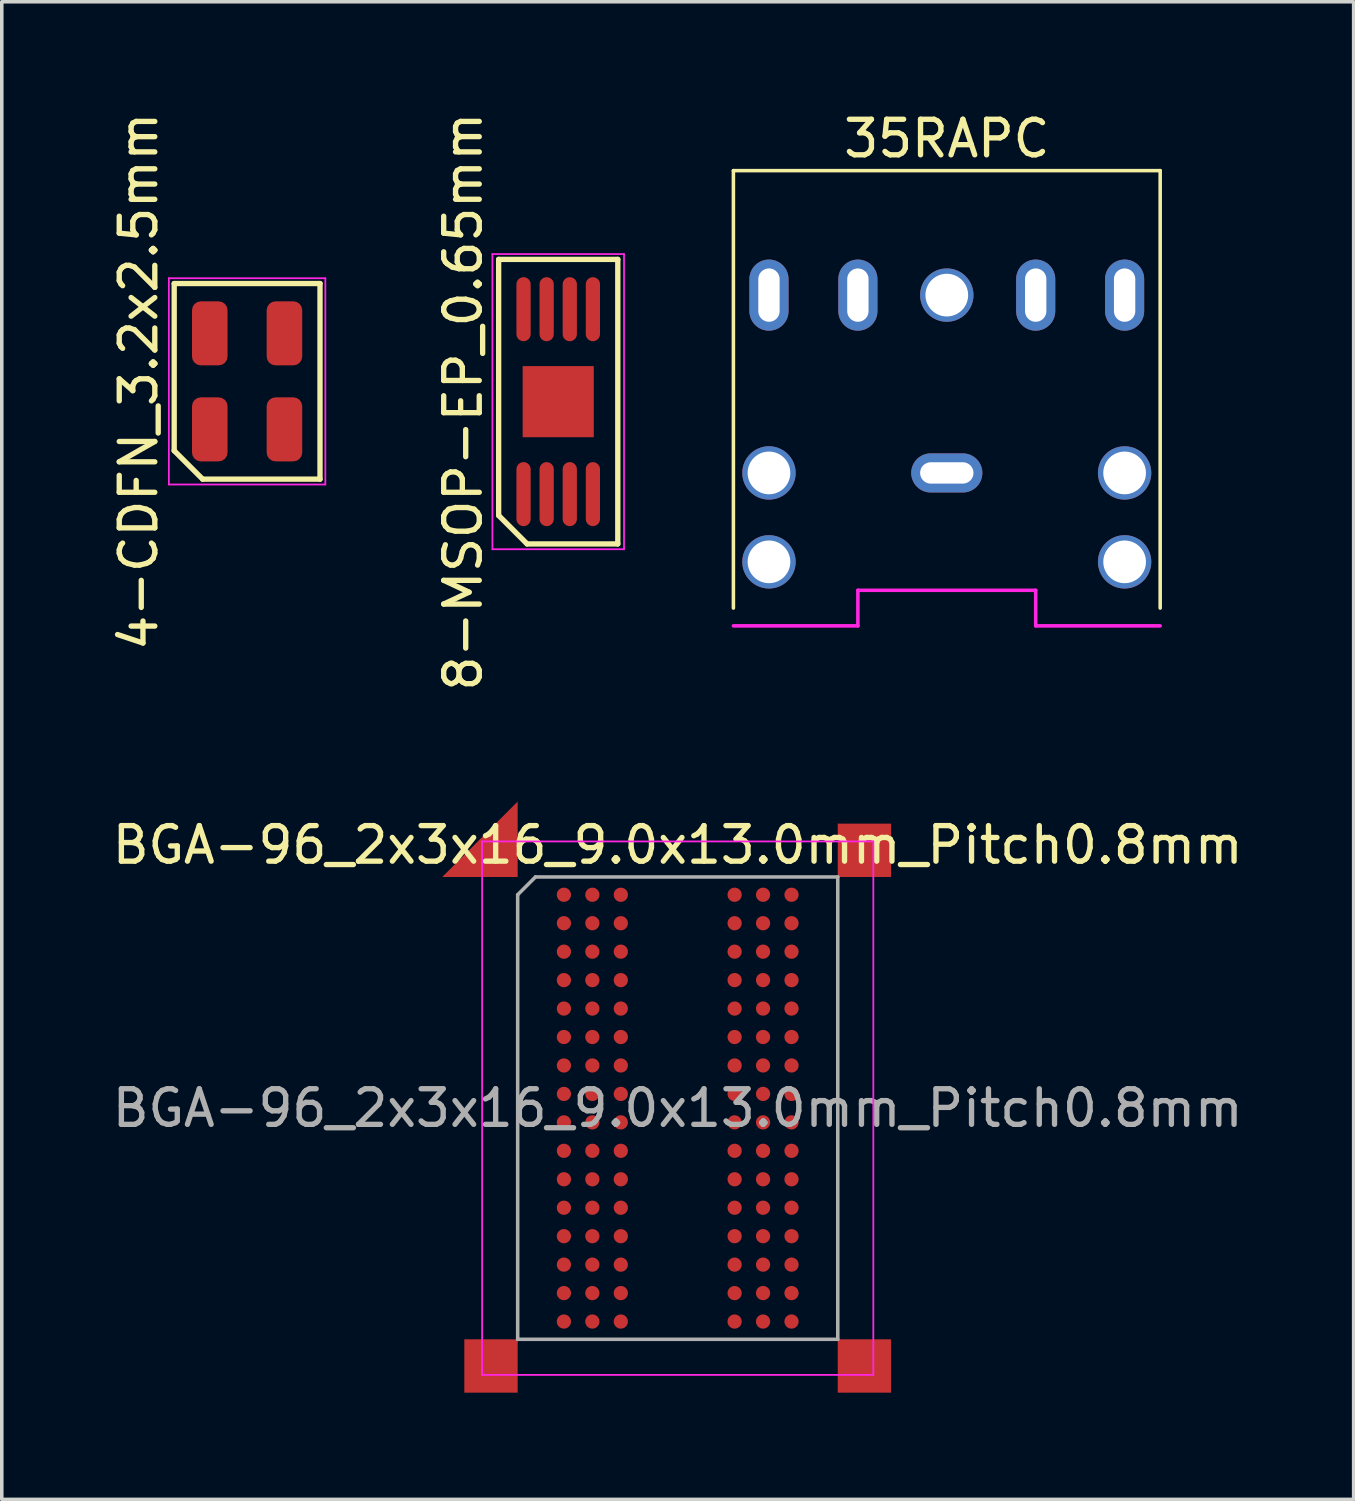
<source format=kicad_pcb>
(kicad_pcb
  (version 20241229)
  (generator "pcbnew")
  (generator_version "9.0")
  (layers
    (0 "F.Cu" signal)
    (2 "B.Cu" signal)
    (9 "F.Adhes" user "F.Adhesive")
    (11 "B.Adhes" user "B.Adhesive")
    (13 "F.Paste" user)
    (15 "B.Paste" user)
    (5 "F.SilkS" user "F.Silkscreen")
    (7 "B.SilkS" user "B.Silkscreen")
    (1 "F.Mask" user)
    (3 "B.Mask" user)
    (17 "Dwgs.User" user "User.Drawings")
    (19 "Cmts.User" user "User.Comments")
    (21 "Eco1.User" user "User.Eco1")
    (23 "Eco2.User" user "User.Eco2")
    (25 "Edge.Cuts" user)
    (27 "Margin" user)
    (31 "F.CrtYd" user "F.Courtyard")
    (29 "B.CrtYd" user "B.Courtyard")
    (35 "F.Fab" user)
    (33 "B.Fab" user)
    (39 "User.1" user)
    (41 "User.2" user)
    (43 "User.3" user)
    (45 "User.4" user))
  (footprint "BGA-96_2x3x16_9.0x13.0mm_Pitch0.8mm"
    (layer "F.Cu")
    (at 16.006 28.109)
    (property "Reference" "BGA-96_2x3x16_9.0x13.0mm_Pitch0.8mm" (at 0 -7.4 0) (layer "F.SilkS") (effects (font (size 1 1) (thickness 0.15))))
    (attr smd)
    (fp_line (start -5.5 -7.5) (end -5.5 7.5) (stroke (width 0.05) (type solid)) (layer "F.CrtYd"))
    (fp_line (start -5.5 -7.5) (end 5.5 -7.5) (stroke (width 0.05) (type solid)) (layer "F.CrtYd"))
    (fp_line (start 5.5 7.5) (end -5.5 7.5) (stroke (width 0.05) (type solid)) (layer "F.CrtYd"))
    (fp_line (start 5.5 7.5) (end 5.5 -7.5) (stroke (width 0.05) (type solid)) (layer "F.CrtYd"))
    (fp_line (start -4.5 -6) (end -4.5 6.5) (stroke (width 0.1) (type solid)) (layer "F.Fab"))
    (fp_line (start -4.5 6.5) (end 4.5 6.5) (stroke (width 0.1) (type solid)) (layer "F.Fab"))
    (fp_line (start -4 -6.5) (end -4.5 -6) (stroke (width 0.1) (type solid)) (layer "F.Fab"))
    (fp_line (start 4.5 -6.5) (end -4 -6.5) (stroke (width 0.1) (type solid)) (layer "F.Fab"))
    (fp_line (start 4.5 6.5) (end 4.5 -6.5) (stroke (width 0.1) (type solid)) (layer "F.Fab"))
    (fp_text user "${REFERENCE}" (at 0 0 0) (layer "F.Fab") (effects (font (size 1 1) (thickness 0.15))))
    (pad "" smd trapezoid (at -4.5 -6.5 225) (size 1.5 1.5) (rect_delta 0 1.5) (drill (offset 0 0.75)) (layers "F.Cu"))
    (pad "" smd rect (at -4.5 6.5 90) (size 1.5 1.5) (drill (offset -0.75 -0.75)) (layers "F.Cu"))
    (pad "" smd rect (at 4.5 -6.5 270) (size 1.5 1.5) (drill (offset -0.75 -0.75)) (layers "F.Cu"))
    (pad "" smd rect (at 4.5 6.5 180) (size 1.5 1.5) (drill (offset -0.75 -0.75)) (layers "F.Cu"))
    (pad "A1" smd circle (at -3.2 -6) (size 0.4 0.4) (layers "F.Cu" "F.Mask" "F.Paste"))
    (pad "A2" smd circle (at -2.4 -6) (size 0.4 0.4) (layers "F.Cu" "F.Mask" "F.Paste"))
    (pad "A3" smd circle (at -1.6 -6) (size 0.4 0.4) (layers "F.Cu" "F.Mask" "F.Paste"))
    (pad "A7" smd circle (at 1.6 -6) (size 0.4 0.4) (layers "F.Cu" "F.Mask" "F.Paste"))
    (pad "A8" smd circle (at 2.4 -6) (size 0.4 0.4) (layers "F.Cu" "F.Mask" "F.Paste"))
    (pad "A9" smd circle (at 3.2 -6) (size 0.4 0.4) (layers "F.Cu" "F.Mask" "F.Paste"))
    (pad "B1" smd circle (at -3.2 -5.2) (size 0.4 0.4) (layers "F.Cu" "F.Mask" "F.Paste"))
    (pad "B2" smd circle (at -2.4 -5.2) (size 0.4 0.4) (layers "F.Cu" "F.Mask" "F.Paste"))
    (pad "B3" smd circle (at -1.6 -5.2) (size 0.4 0.4) (layers "F.Cu" "F.Mask" "F.Paste"))
    (pad "B7" smd circle (at 1.6 -5.2) (size 0.4 0.4) (layers "F.Cu" "F.Mask" "F.Paste"))
    (pad "B8" smd circle (at 2.4 -5.2) (size 0.4 0.4) (layers "F.Cu" "F.Mask" "F.Paste"))
    (pad "B9" smd circle (at 3.2 -5.2) (size 0.4 0.4) (layers "F.Cu" "F.Mask" "F.Paste"))
    (pad "C1" smd circle (at -3.2 -4.4) (size 0.4 0.4) (layers "F.Cu" "F.Mask" "F.Paste"))
    (pad "C2" smd circle (at -2.4 -4.4) (size 0.4 0.4) (layers "F.Cu" "F.Mask" "F.Paste"))
    (pad "C3" smd circle (at -1.6 -4.4) (size 0.4 0.4) (layers "F.Cu" "F.Mask" "F.Paste"))
    (pad "C7" smd circle (at 1.6 -4.4) (size 0.4 0.4) (layers "F.Cu" "F.Mask" "F.Paste"))
    (pad "C8" smd circle (at 2.4 -4.4) (size 0.4 0.4) (layers "F.Cu" "F.Mask" "F.Paste"))
    (pad "C9" smd circle (at 3.2 -4.4) (size 0.4 0.4) (layers "F.Cu" "F.Mask" "F.Paste"))
    (pad "D1" smd circle (at -3.2 -3.6) (size 0.4 0.4) (layers "F.Cu" "F.Mask" "F.Paste"))
    (pad "D2" smd circle (at -2.4 -3.6) (size 0.4 0.4) (layers "F.Cu" "F.Mask" "F.Paste"))
    (pad "D3" smd circle (at -1.6 -3.6) (size 0.4 0.4) (layers "F.Cu" "F.Mask" "F.Paste"))
    (pad "D7" smd circle (at 1.6 -3.6) (size 0.4 0.4) (layers "F.Cu" "F.Mask" "F.Paste"))
    (pad "D8" smd circle (at 2.4 -3.6) (size 0.4 0.4) (layers "F.Cu" "F.Mask" "F.Paste"))
    (pad "D9" smd circle (at 3.2 -3.6) (size 0.4 0.4) (layers "F.Cu" "F.Mask" "F.Paste"))
    (pad "E1" smd circle (at -3.2 -2.8) (size 0.4 0.4) (layers "F.Cu" "F.Mask" "F.Paste"))
    (pad "E2" smd circle (at -2.4 -2.8) (size 0.4 0.4) (layers "F.Cu" "F.Mask" "F.Paste"))
    (pad "E3" smd circle (at -1.6 -2.8) (size 0.4 0.4) (layers "F.Cu" "F.Mask" "F.Paste"))
    (pad "E7" smd circle (at 1.6 -2.8) (size 0.4 0.4) (layers "F.Cu" "F.Mask" "F.Paste"))
    (pad "E8" smd circle (at 2.4 -2.8) (size 0.4 0.4) (layers "F.Cu" "F.Mask" "F.Paste"))
    (pad "E9" smd circle (at 3.2 -2.8) (size 0.4 0.4) (layers "F.Cu" "F.Mask" "F.Paste"))
    (pad "F1" smd circle (at -3.2 -2) (size 0.4 0.4) (layers "F.Cu" "F.Mask" "F.Paste"))
    (pad "F2" smd circle (at -2.4 -2) (size 0.4 0.4) (layers "F.Cu" "F.Mask" "F.Paste"))
    (pad "F3" smd circle (at -1.6 -2) (size 0.4 0.4) (layers "F.Cu" "F.Mask" "F.Paste"))
    (pad "F7" smd circle (at 1.6 -2) (size 0.4 0.4) (layers "F.Cu" "F.Mask" "F.Paste"))
    (pad "F8" smd circle (at 2.4 -2) (size 0.4 0.4) (layers "F.Cu" "F.Mask" "F.Paste"))
    (pad "F9" smd circle (at 3.2 -2) (size 0.4 0.4) (layers "F.Cu" "F.Mask" "F.Paste"))
    (pad "G1" smd circle (at -3.2 -1.2) (size 0.4 0.4) (layers "F.Cu" "F.Mask" "F.Paste"))
    (pad "G2" smd circle (at -2.4 -1.2) (size 0.4 0.4) (layers "F.Cu" "F.Mask" "F.Paste"))
    (pad "G3" smd circle (at -1.6 -1.2) (size 0.4 0.4) (layers "F.Cu" "F.Mask" "F.Paste"))
    (pad "G7" smd circle (at 1.6 -1.2) (size 0.4 0.4) (layers "F.Cu" "F.Mask" "F.Paste"))
    (pad "G8" smd circle (at 2.4 -1.2) (size 0.4 0.4) (layers "F.Cu" "F.Mask" "F.Paste"))
    (pad "G9" smd circle (at 3.2 -1.2) (size 0.4 0.4) (layers "F.Cu" "F.Mask" "F.Paste"))
    (pad "H1" smd circle (at -3.2 -0.4) (size 0.4 0.4) (layers "F.Cu" "F.Mask" "F.Paste"))
    (pad "H2" smd circle (at -2.4 -0.4) (size 0.4 0.4) (layers "F.Cu" "F.Mask" "F.Paste"))
    (pad "H3" smd circle (at -1.6 -0.4) (size 0.4 0.4) (layers "F.Cu" "F.Mask" "F.Paste"))
    (pad "H7" smd circle (at 1.6 -0.4) (size 0.4 0.4) (layers "F.Cu" "F.Mask" "F.Paste"))
    (pad "H8" smd circle (at 2.4 -0.4) (size 0.4 0.4) (layers "F.Cu" "F.Mask" "F.Paste"))
    (pad "H9" smd circle (at 3.2 -0.4) (size 0.4 0.4) (layers "F.Cu" "F.Mask" "F.Paste"))
    (pad "J1" smd circle (at -3.2 0.4) (size 0.4 0.4) (layers "F.Cu" "F.Mask" "F.Paste"))
    (pad "J2" smd circle (at -2.4 0.4) (size 0.4 0.4) (layers "F.Cu" "F.Mask" "F.Paste"))
    (pad "J3" smd circle (at -1.6 0.4) (size 0.4 0.4) (layers "F.Cu" "F.Mask" "F.Paste"))
    (pad "J7" smd circle (at 1.6 0.4) (size 0.4 0.4) (layers "F.Cu" "F.Mask" "F.Paste"))
    (pad "J8" smd circle (at 2.4 0.4) (size 0.4 0.4) (layers "F.Cu" "F.Mask" "F.Paste"))
    (pad "J9" smd circle (at 3.2 0.4) (size 0.4 0.4) (layers "F.Cu" "F.Mask" "F.Paste"))
    (pad "K1" smd circle (at -3.2 1.2) (size 0.4 0.4) (layers "F.Cu" "F.Mask" "F.Paste"))
    (pad "K2" smd circle (at -2.4 1.2) (size 0.4 0.4) (layers "F.Cu" "F.Mask" "F.Paste"))
    (pad "K3" smd circle (at -1.6 1.2) (size 0.4 0.4) (layers "F.Cu" "F.Mask" "F.Paste"))
    (pad "K7" smd circle (at 1.6 1.2) (size 0.4 0.4) (layers "F.Cu" "F.Mask" "F.Paste"))
    (pad "K8" smd circle (at 2.4 1.2) (size 0.4 0.4) (layers "F.Cu" "F.Mask" "F.Paste"))
    (pad "K9" smd circle (at 3.2 1.2) (size 0.4 0.4) (layers "F.Cu" "F.Mask" "F.Paste"))
    (pad "L1" smd circle (at -3.2 2) (size 0.4 0.4) (layers "F.Cu" "F.Mask" "F.Paste"))
    (pad "L2" smd circle (at -2.4 2) (size 0.4 0.4) (layers "F.Cu" "F.Mask" "F.Paste"))
    (pad "L3" smd circle (at -1.6 2) (size 0.4 0.4) (layers "F.Cu" "F.Mask" "F.Paste"))
    (pad "L7" smd circle (at 1.6 2) (size 0.4 0.4) (layers "F.Cu" "F.Mask" "F.Paste"))
    (pad "L8" smd circle (at 2.4 2) (size 0.4 0.4) (layers "F.Cu" "F.Mask" "F.Paste"))
    (pad "L9" smd circle (at 3.2 2) (size 0.4 0.4) (layers "F.Cu" "F.Mask" "F.Paste"))
    (pad "M1" smd circle (at -3.2 2.8) (size 0.4 0.4) (layers "F.Cu" "F.Mask" "F.Paste"))
    (pad "M2" smd circle (at -2.4 2.8) (size 0.4 0.4) (layers "F.Cu" "F.Mask" "F.Paste"))
    (pad "M3" smd circle (at -1.6 2.8) (size 0.4 0.4) (layers "F.Cu" "F.Mask" "F.Paste"))
    (pad "M7" smd circle (at 1.6 2.8) (size 0.4 0.4) (layers "F.Cu" "F.Mask" "F.Paste"))
    (pad "M8" smd circle (at 2.4 2.8) (size 0.4 0.4) (layers "F.Cu" "F.Mask" "F.Paste"))
    (pad "M9" smd circle (at 3.2 2.8) (size 0.4 0.4) (layers "F.Cu" "F.Mask" "F.Paste"))
    (pad "N1" smd circle (at -3.2 3.6) (size 0.4 0.4) (layers "F.Cu" "F.Mask" "F.Paste"))
    (pad "N2" smd circle (at -2.4 3.6) (size 0.4 0.4) (layers "F.Cu" "F.Mask" "F.Paste"))
    (pad "N3" smd circle (at -1.6 3.6) (size 0.4 0.4) (layers "F.Cu" "F.Mask" "F.Paste"))
    (pad "N7" smd circle (at 1.6 3.6) (size 0.4 0.4) (layers "F.Cu" "F.Mask" "F.Paste"))
    (pad "N8" smd circle (at 2.4 3.6) (size 0.4 0.4) (layers "F.Cu" "F.Mask" "F.Paste"))
    (pad "N9" smd circle (at 3.2 3.6) (size 0.4 0.4) (layers "F.Cu" "F.Mask" "F.Paste"))
    (pad "P1" smd circle (at -3.2 4.4) (size 0.4 0.4) (layers "F.Cu" "F.Mask" "F.Paste"))
    (pad "P2" smd circle (at -2.4 4.4) (size 0.4 0.4) (layers "F.Cu" "F.Mask" "F.Paste"))
    (pad "P3" smd circle (at -1.6 4.4) (size 0.4 0.4) (layers "F.Cu" "F.Mask" "F.Paste"))
    (pad "P7" smd circle (at 1.6 4.4) (size 0.4 0.4) (layers "F.Cu" "F.Mask" "F.Paste"))
    (pad "P8" smd circle (at 2.4 4.4) (size 0.4 0.4) (layers "F.Cu" "F.Mask" "F.Paste"))
    (pad "P9" smd circle (at 3.2 4.4) (size 0.4 0.4) (layers "F.Cu" "F.Mask" "F.Paste"))
    (pad "R1" smd circle (at -3.2 5.2) (size 0.4 0.4) (layers "F.Cu" "F.Mask" "F.Paste"))
    (pad "R2" smd circle (at -2.4 5.2) (size 0.4 0.4) (layers "F.Cu" "F.Mask" "F.Paste"))
    (pad "R3" smd circle (at -1.6 5.2) (size 0.4 0.4) (layers "F.Cu" "F.Mask" "F.Paste"))
    (pad "R7" smd circle (at 1.6 5.2) (size 0.4 0.4) (layers "F.Cu" "F.Mask" "F.Paste"))
    (pad "R8" smd circle (at 2.4 5.2) (size 0.4 0.4) (layers "F.Cu" "F.Mask" "F.Paste"))
    (pad "R9" smd circle (at 3.2 5.2) (size 0.4 0.4) (layers "F.Cu" "F.Mask" "F.Paste"))
    (pad "T1" smd circle (at -3.2 6) (size 0.4 0.4) (layers "F.Cu" "F.Mask" "F.Paste"))
    (pad "T2" smd circle (at -2.4 6) (size 0.4 0.4) (layers "F.Cu" "F.Mask" "F.Paste"))
    (pad "T3" smd circle (at -1.6 6) (size 0.4 0.4) (layers "F.Cu" "F.Mask" "F.Paste"))
    (pad "T7" smd circle (at 1.6 6) (size 0.4 0.4) (layers "F.Cu" "F.Mask" "F.Paste"))
    (pad "T8" smd circle (at 2.4 6) (size 0.4 0.4) (layers "F.Cu" "F.Mask" "F.Paste"))
    (pad "T9" smd circle (at 3.2 6) (size 0.4 0.4) (layers "F.Cu" "F.Mask" "F.Paste")))
  (footprint "35RAPC"
    (layer "F.Cu")
    (at 23.572 14.548)
    (property "Reference" "35RAPC" (at 0 -13.7 0) (layer "F.SilkS") (effects (font (size 1 1) (thickness 0.15))))
    (attr through_hole)
    (fp_line (start -6 -12.8) (end 6 -12.8) (stroke (width 0.1) (type solid)) (layer "F.SilkS"))
    (fp_line (start -6 -0.5) (end -6 -12.8) (stroke (width 0.1) (type solid)) (layer "F.SilkS"))
    (fp_line (start 6 -12.8) (end 6 -0.5) (stroke (width 0.1) (type solid)) (layer "F.SilkS"))
    (fp_line (start -6 0) (end -2.5 0) (stroke (width 0.1) (type solid)) (layer "F.CrtYd"))
    (fp_line (start -2.5 -1) (end 2.5 -1) (stroke (width 0.1) (type solid)) (layer "F.CrtYd"))
    (fp_line (start -2.5 0) (end -2.5 -1) (stroke (width 0.1) (type solid)) (layer "F.CrtYd"))
    (fp_line (start 2.5 -1) (end 2.5 0) (stroke (width 0.1) (type solid)) (layer "F.CrtYd"))
    (fp_line (start 2.5 0) (end 6 0) (stroke (width 0.1) (type solid)) (layer "F.CrtYd"))
    (pad "" thru_hole circle (at -5 -4.3) (size 1.5 1.5) (drill 1.2) (layers "*.Cu" "*.Mask"))
    (pad "" thru_hole circle (at -5 -1.8) (size 1.5 1.5) (drill 1.2) (layers "*.Cu" "*.Mask"))
    (pad "" thru_hole circle (at 0 -9.3) (size 1.5 1.5) (drill 1.2) (layers "*.Cu" "*.Mask"))
    (pad "" thru_hole circle (at 5 -4.3) (size 1.5 1.5) (drill 1.2) (layers "*.Cu" "*.Mask"))
    (pad "" thru_hole circle (at 5 -1.8) (size 1.5 1.5) (drill 1.2) (layers "*.Cu" "*.Mask"))
    (pad "1" thru_hole oval (at 0 -4.3) (size 2 1.1) (drill oval 1.5 0.6) (layers "*.Cu" "*.Mask"))
    (pad "2" thru_hole oval (at 5 -9.3 90) (size 2 1.1) (drill oval 1.5 0.6) (layers "*.Cu" "*.Mask"))
    (pad "3" thru_hole oval (at -5 -9.3 90) (size 2 1.1) (drill oval 1.5 0.6) (layers "*.Cu" "*.Mask"))
    (pad "10" thru_hole oval (at 2.5 -9.3 90) (size 2 1.1) (drill oval 1.5 0.6) (layers "*.Cu" "*.Mask"))
    (pad "11" thru_hole oval (at -2.5 -9.3 90) (size 2 1.1) (drill oval 1.5 0.6) (layers "*.Cu" "*.Mask")))
  (footprint "8-MSOP-EP_0.65mm"
    (layer "F.Cu")
    (at 12.646 8.244)
    (property "Reference" "8-MSOP-EP_0.65mm" (at -2.675 0 90) (layer "F.SilkS") (effects (font (size 1 1) (thickness 0.15))))
    (attr smd)
    (fp_line (start -1.675 -4) (end 1.675 -4) (stroke (width 0.15) (type solid)) (layer "F.SilkS"))
    (fp_line (start -1.675 3.2) (end -1.675 -4) (stroke (width 0.15) (type solid)) (layer "F.SilkS"))
    (fp_line (start -0.875 4) (end -1.675 3.2) (stroke (width 0.15) (type solid)) (layer "F.SilkS"))
    (fp_line (start 1.675 -4) (end 1.675 4) (stroke (width 0.15) (type solid)) (layer "F.SilkS"))
    (fp_line (start 1.675 4) (end -0.875 4) (stroke (width 0.15) (type solid)) (layer "F.SilkS"))
    (fp_line (start -1.85 -4.15) (end 1.85 -4.15) (stroke (width 0.05) (type solid)) (layer "F.CrtYd"))
    (fp_line (start -1.85 4.15) (end -1.85 -4.15) (stroke (width 0.05) (type solid)) (layer "F.CrtYd"))
    (fp_line (start 1.85 -4.15) (end 1.85 4.15) (stroke (width 0.05) (type solid)) (layer "F.CrtYd"))
    (fp_line (start 1.85 4.15) (end -1.85 4.15) (stroke (width 0.05) (type solid)) (layer "F.CrtYd"))
    (pad "1" smd oval (at -0.975 2.6) (size 0.4 1.8) (layers "F.Cu" "F.Mask" "F.Paste"))
    (pad "2" smd oval (at -0.325 2.6) (size 0.4 1.8) (layers "F.Cu" "F.Mask" "F.Paste"))
    (pad "3" smd oval (at 0.325 2.6) (size 0.4 1.8) (layers "F.Cu" "F.Mask" "F.Paste"))
    (pad "4" smd oval (at 0.975 2.6) (size 0.4 1.8) (layers "F.Cu" "F.Mask" "F.Paste"))
    (pad "5" smd oval (at 0.975 -2.6) (size 0.4 1.8) (layers "F.Cu" "F.Mask" "F.Paste"))
    (pad "6" smd oval (at 0.325 -2.6) (size 0.4 1.8) (layers "F.Cu" "F.Mask" "F.Paste"))
    (pad "7" smd oval (at -0.325 -2.6) (size 0.4 1.8) (layers "F.Cu" "F.Mask" "F.Paste"))
    (pad "8" smd oval (at -0.975 -2.6) (size 0.4 1.8) (layers "F.Cu" "F.Mask" "F.Paste"))
    (pad "EP" smd trapezoid (at 0 0) (size 2 2) (layers "F.Cu" "F.Mask" "F.Paste")))
  (footprint "4-CDFN_3.2x2.5mm"
    (layer "F.Cu")
    (at 3.898 7.673)
    (property "Reference" "4-CDFN_3.2x2.5mm" (at -3.05 0 90) (layer "F.SilkS") (effects (font (size 1 1) (thickness 0.15))))
    (attr smd)
    (fp_line (start -2.05 -2.75) (end 2.05 -2.75) (stroke (width 0.15) (type solid)) (layer "F.SilkS"))
    (fp_line (start -2.05 1.95) (end -2.05 -2.75) (stroke (width 0.15) (type solid)) (layer "F.SilkS"))
    (fp_line (start -1.25 2.75) (end -2.05 1.95) (stroke (width 0.15) (type solid)) (layer "F.SilkS"))
    (fp_line (start 2.05 -2.75) (end 2.05 2.75) (stroke (width 0.15) (type solid)) (layer "F.SilkS"))
    (fp_line (start 2.05 2.75) (end -1.25 2.75) (stroke (width 0.15) (type solid)) (layer "F.SilkS"))
    (fp_line (start -2.2 -2.9) (end 2.2 -2.9) (stroke (width 0.05) (type solid)) (layer "F.CrtYd"))
    (fp_line (start -2.2 2.9) (end -2.2 -2.9) (stroke (width 0.05) (type solid)) (layer "F.CrtYd"))
    (fp_line (start 2.2 -2.9) (end 2.2 2.9) (stroke (width 0.05) (type solid)) (layer "F.CrtYd"))
    (fp_line (start 2.2 2.9) (end -2.2 2.9) (stroke (width 0.05) (type solid)) (layer "F.CrtYd"))
    (pad "1" smd roundrect (at -1.05 1.35) (size 1 1.8) (layers "F.Cu" "F.Mask" "F.Paste") (roundrect_rratio 0.25))
    (pad "2" smd roundrect (at 1.05 1.35) (size 1 1.8) (layers "F.Cu" "F.Mask" "F.Paste") (roundrect_rratio 0.25))
    (pad "3" smd roundrect (at 1.05 -1.35) (size 1 1.8) (layers "F.Cu" "F.Mask" "F.Paste") (roundrect_rratio 0.25))
    (pad "4" smd roundrect (at -1.05 -1.35) (size 1 1.8) (layers "F.Cu" "F.Mask" "F.Paste") (roundrect_rratio 0.25)))
  (gr_rect
    (start -3 -3)
    (end 35.012 39.109)
    (stroke (width 0.1) (type default))
    (fill no)
    (layer "Edge.Cuts")))
</source>
